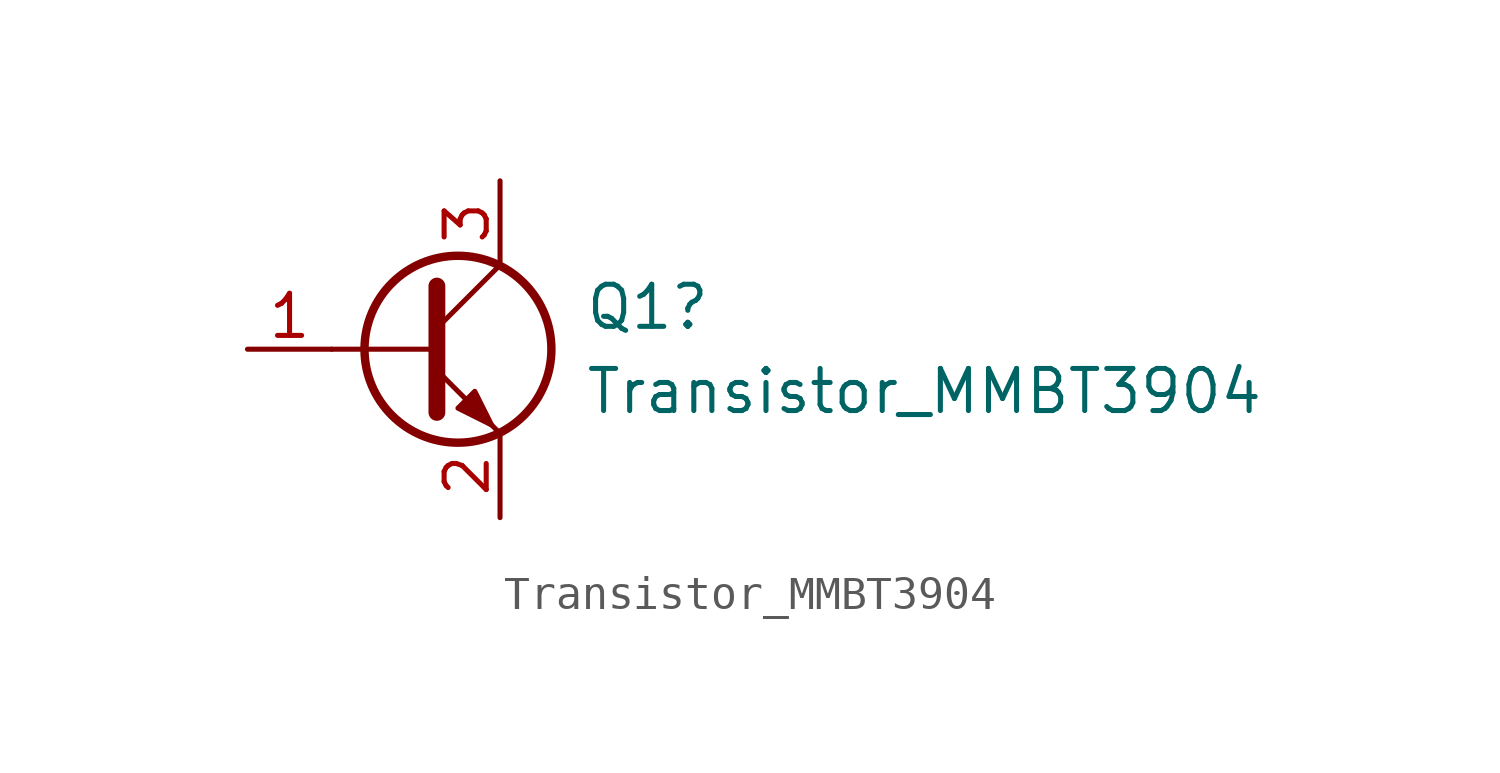
<source format=kicad_sym>
(kicad_symbol_lib
  (version 20241209)
  (generator "kicad_symbol_editor")
  (generator_version "9.0")
  (symbol "Transistor_MMBT3904"
    (pin_names
      (offset 0)
      (hide yes))
    (property "Reference" "Q1"
      (at 5.08 1.27 0)
      (effects (font (size 1.27 1.27)) (justify left)))
    (property "Value" "Transistor_MMBT3904"
      (at 5.08 -1.27 0)
      (effects (font (size 1.27 1.27)) (justify left)))
    (symbol "Transistor_MMBT3904_0_1"
      (polyline (pts (xy -2.54 0) (xy 0.635 0)) (stroke (width 0) (type default)) (fill (type none)))
      (polyline (pts (xy 0.635 1.905) (xy 0.635 -1.905)) (stroke (width 0.508) (type default)) (fill (type none)))
      (circle (center 1.27 0) (radius 2.819) (stroke (width 0.254) (type default)) (fill (type none))))
    (symbol "Transistor_MMBT3904_1_1"
      (polyline (pts (xy 0.635 0.635) (xy 2.54 2.54)) (stroke (width 0) (type default)) (fill (type none)))
      (polyline (pts (xy 0.635 -0.635) (xy 2.54 -2.54)) (stroke (width 0) (type default)) (fill (type none)))
      (polyline (pts (xy 1.27 -1.778) (xy 1.778 -1.27) (xy 2.286 -2.286) (xy 1.27 -1.778)) (stroke (width 0) (type default)) (fill (type outline)))
      (pin input line (at -5.08 0 0) (length 2.54) (name "B" (effects (font (size 1.27 1.27)))) (number "1" (effects (font (size 1.27 1.27)))))
      (pin passive line (at 2.54 5.08 270) (length 2.54) (name "C" (effects (font (size 1.27 1.27)))) (number "3" (effects (font (size 1.27 1.27)))))
      (pin passive line (at 2.54 -5.08 90) (length 2.54) (name "E" (effects (font (size 1.27 1.27)))) (number "2" (effects (font (size 1.27 1.27))))))))
</source>
